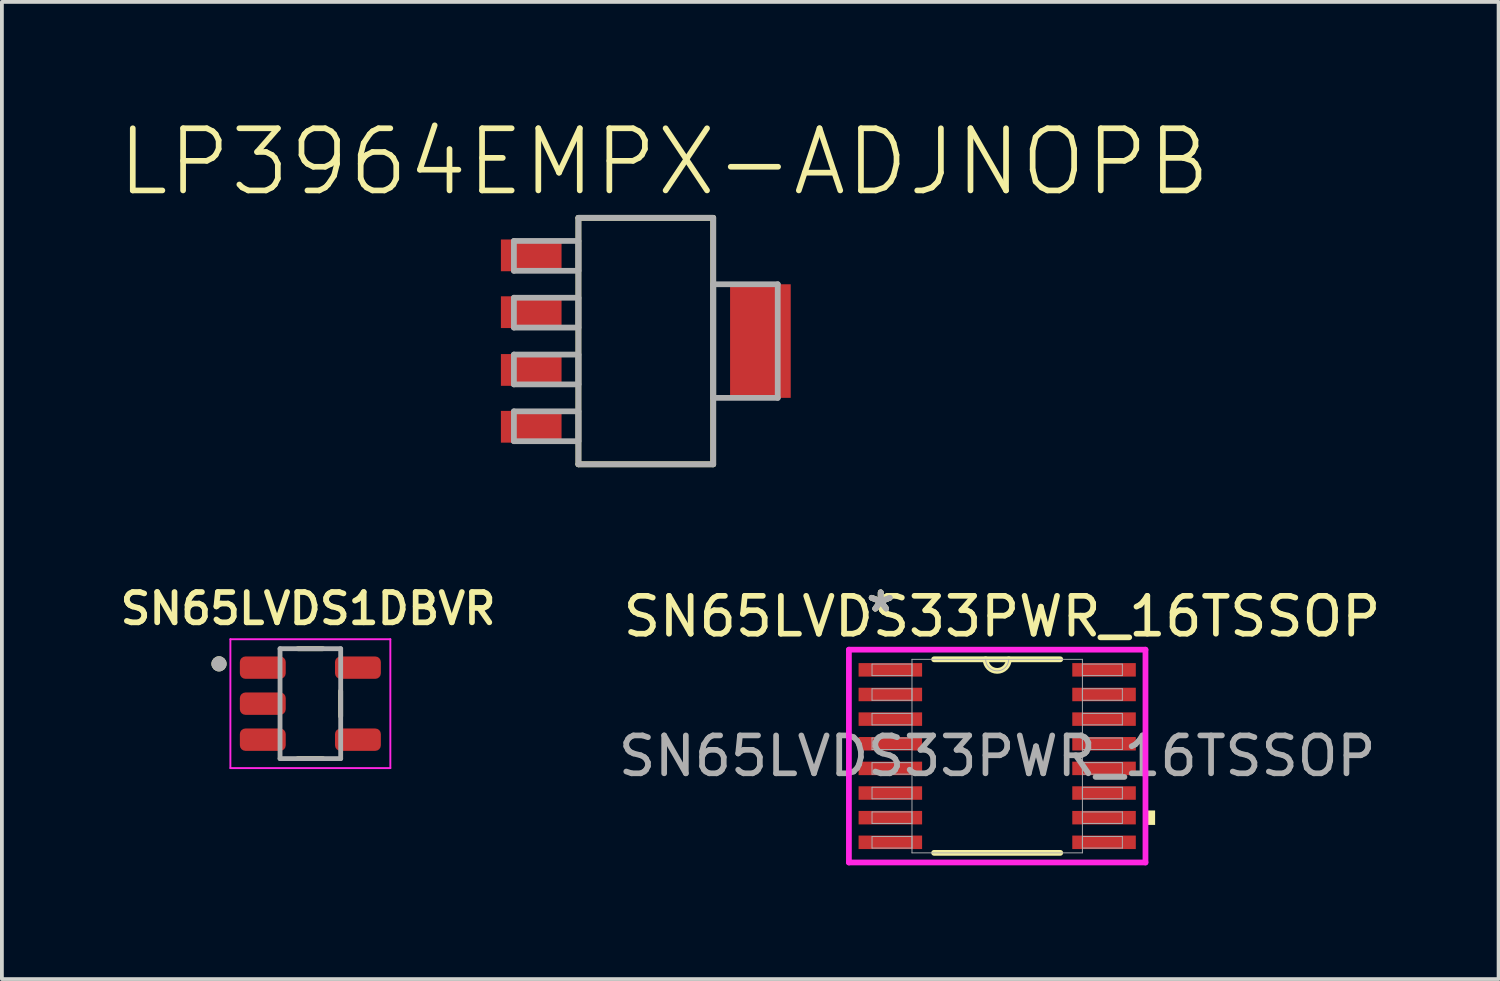
<source format=kicad_pcb>
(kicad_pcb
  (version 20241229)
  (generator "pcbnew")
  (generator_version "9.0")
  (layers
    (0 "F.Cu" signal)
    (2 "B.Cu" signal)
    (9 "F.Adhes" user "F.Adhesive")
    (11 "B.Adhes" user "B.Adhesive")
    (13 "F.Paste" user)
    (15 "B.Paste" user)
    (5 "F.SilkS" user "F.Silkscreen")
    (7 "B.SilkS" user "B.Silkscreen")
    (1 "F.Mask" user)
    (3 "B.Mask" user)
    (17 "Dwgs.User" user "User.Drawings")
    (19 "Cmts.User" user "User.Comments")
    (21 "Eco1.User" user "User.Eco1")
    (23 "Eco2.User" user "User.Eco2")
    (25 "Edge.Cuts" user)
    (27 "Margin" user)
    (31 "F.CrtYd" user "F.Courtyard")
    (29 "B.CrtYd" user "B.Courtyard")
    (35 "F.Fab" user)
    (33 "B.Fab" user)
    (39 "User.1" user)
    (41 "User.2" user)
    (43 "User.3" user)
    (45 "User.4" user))
  (footprint "SN65LVDS1DBVR"
    (layer "F.Cu")
    (at 5.138 15.514)
    (property "Reference" "SN65LVDS1DBVR" (at -0.06 -2.508 0) (layer "F.SilkS") (effects (font (size 0.8 0.8) (thickness 0.15))))
    (attr smd)
    (fp_line (start -0.33 -1.45) (end 0.33 -1.45) (stroke (width 0.127) (type solid)) (layer "F.SilkS"))
    (fp_line (start 0.33 1.45) (end -0.33 1.45) (stroke (width 0.127) (type solid)) (layer "F.SilkS"))
    (fp_line (start 0.8 -0.335) (end 0.8 0.335) (stroke (width 0.127) (type solid)) (layer "F.SilkS"))
    (fp_circle (center -2.41 -1.05) (end -2.31 -1.05) (stroke (width 0.2) (type solid)) (fill no) (layer "F.SilkS"))
    (fp_line (start -2.11 -1.7) (end 2.11 -1.7) (stroke (width 0.05) (type solid)) (layer "F.CrtYd"))
    (fp_line (start -2.11 1.7) (end -2.11 -1.7) (stroke (width 0.05) (type solid)) (layer "F.CrtYd"))
    (fp_line (start 2.11 -1.7) (end 2.11 1.7) (stroke (width 0.05) (type solid)) (layer "F.CrtYd"))
    (fp_line (start 2.11 1.7) (end -2.11 1.7) (stroke (width 0.05) (type solid)) (layer "F.CrtYd"))
    (fp_line (start -0.8 -1.45) (end 0.8 -1.45) (stroke (width 0.127) (type solid)) (layer "F.Fab"))
    (fp_line (start -0.8 1.45) (end -0.8 -1.45) (stroke (width 0.127) (type solid)) (layer "F.Fab"))
    (fp_line (start 0.8 -1.45) (end 0.8 1.45) (stroke (width 0.127) (type solid)) (layer "F.Fab"))
    (fp_line (start 0.8 1.45) (end -0.8 1.45) (stroke (width 0.127) (type solid)) (layer "F.Fab"))
    (fp_circle (center -2.41 -1.05) (end -2.31 -1.05) (stroke (width 0.2) (type solid)) (fill no) (layer "F.Fab"))
    (pad "1" smd roundrect (at -1.255 -0.95) (size 1.21 0.59) (layers "F.Cu" "F.Mask" "F.Paste") (roundrect_rratio 0.25))
    (pad "2" smd roundrect (at -1.255 0) (size 1.21 0.59) (layers "F.Cu" "F.Mask" "F.Paste") (roundrect_rratio 0.25))
    (pad "3" smd roundrect (at -1.255 0.95) (size 1.21 0.59) (layers "F.Cu" "F.Mask" "F.Paste") (roundrect_rratio 0.25))
    (pad "4" smd roundrect (at 1.255 0.95) (size 1.21 0.59) (layers "F.Cu" "F.Mask" "F.Paste") (roundrect_rratio 0.25))
    (pad "5" smd roundrect (at 1.255 -0.95) (size 1.21 0.59) (layers "F.Cu" "F.Mask" "F.Paste") (roundrect_rratio 0.25)))
  (footprint "SN65LVDS33PWR_16TSSOP"
    (layer "F.Cu")
    (at 23.258 16.897)
    (property "Reference" "SN65LVDS33PWR_16TSSOP" (at 0.127 -3.683 0) (unlocked yes) (layer "F.SilkS") (effects (font (size 1 1) (thickness 0.15))))
    (attr smd)
    (fp_line (start -1.664 2.553) (end 1.664 2.553) (stroke (width 0.152) (type solid)) (layer "F.SilkS"))
    (fp_line (start 1.664 -2.553) (end -1.664 -2.553) (stroke (width 0.152) (type solid)) (layer "F.SilkS"))
    (fp_arc (start 0.3048 -2.5527) (mid 0 -2.2479) (end -0.3048 -2.5527) (stroke (width 0.1524) (type solid)) (layer "F.SilkS"))
    (fp_poly (pts (xy 4.166 1.435) (xy 4.166 1.816) (xy 3.912 1.816) (xy 3.912 1.435)) (stroke (width 0) (type solid)) (fill yes) (layer "F.SilkS"))
    (fp_line (start -3.912 -2.807) (end 3.912 -2.807) (stroke (width 0.152) (type solid)) (layer "F.CrtYd"))
    (fp_line (start -3.912 2.807) (end -3.912 -2.807) (stroke (width 0.152) (type solid)) (layer "F.CrtYd"))
    (fp_line (start 3.912 -2.807) (end 3.912 2.807) (stroke (width 0.152) (type solid)) (layer "F.CrtYd"))
    (fp_line (start 3.912 2.807) (end -3.912 2.807) (stroke (width 0.152) (type solid)) (layer "F.CrtYd"))
    (fp_line (start -3.302 -2.427) (end -3.302 -2.123) (stroke (width 0.025) (type solid)) (layer "F.Fab"))
    (fp_line (start -3.302 -2.123) (end -2.248 -2.123) (stroke (width 0.025) (type solid)) (layer "F.Fab"))
    (fp_line (start -3.302 -1.777) (end -3.302 -1.473) (stroke (width 0.025) (type solid)) (layer "F.Fab"))
    (fp_line (start -3.302 -1.473) (end -2.248 -1.473) (stroke (width 0.025) (type solid)) (layer "F.Fab"))
    (fp_line (start -3.302 -1.127) (end -3.302 -0.823) (stroke (width 0.025) (type solid)) (layer "F.Fab"))
    (fp_line (start -3.302 -0.823) (end -2.248 -0.823) (stroke (width 0.025) (type solid)) (layer "F.Fab"))
    (fp_line (start -3.302 -0.477) (end -3.302 -0.173) (stroke (width 0.025) (type solid)) (layer "F.Fab"))
    (fp_line (start -3.302 -0.173) (end -2.248 -0.173) (stroke (width 0.025) (type solid)) (layer "F.Fab"))
    (fp_line (start -3.302 0.173) (end -3.302 0.477) (stroke (width 0.025) (type solid)) (layer "F.Fab"))
    (fp_line (start -3.302 0.477) (end -2.248 0.477) (stroke (width 0.025) (type solid)) (layer "F.Fab"))
    (fp_line (start -3.302 0.823) (end -3.302 1.127) (stroke (width 0.025) (type solid)) (layer "F.Fab"))
    (fp_line (start -3.302 1.127) (end -2.248 1.127) (stroke (width 0.025) (type solid)) (layer "F.Fab"))
    (fp_line (start -3.302 1.473) (end -3.302 1.777) (stroke (width 0.025) (type solid)) (layer "F.Fab"))
    (fp_line (start -3.302 1.777) (end -2.248 1.777) (stroke (width 0.025) (type solid)) (layer "F.Fab"))
    (fp_line (start -3.302 2.123) (end -3.302 2.427) (stroke (width 0.025) (type solid)) (layer "F.Fab"))
    (fp_line (start -3.302 2.427) (end -2.248 2.427) (stroke (width 0.025) (type solid)) (layer "F.Fab"))
    (fp_line (start -2.248 -2.553) (end -2.248 2.553) (stroke (width 0.025) (type solid)) (layer "F.Fab"))
    (fp_line (start -2.248 -2.427) (end -3.302 -2.427) (stroke (width 0.025) (type solid)) (layer "F.Fab"))
    (fp_line (start -2.248 -2.123) (end -2.248 -2.427) (stroke (width 0.025) (type solid)) (layer "F.Fab"))
    (fp_line (start -2.248 -1.777) (end -3.302 -1.777) (stroke (width 0.025) (type solid)) (layer "F.Fab"))
    (fp_line (start -2.248 -1.473) (end -2.248 -1.777) (stroke (width 0.025) (type solid)) (layer "F.Fab"))
    (fp_line (start -2.248 -1.127) (end -3.302 -1.127) (stroke (width 0.025) (type solid)) (layer "F.Fab"))
    (fp_line (start -2.248 -0.823) (end -2.248 -1.127) (stroke (width 0.025) (type solid)) (layer "F.Fab"))
    (fp_line (start -2.248 -0.477) (end -3.302 -0.477) (stroke (width 0.025) (type solid)) (layer "F.Fab"))
    (fp_line (start -2.248 -0.173) (end -2.248 -0.477) (stroke (width 0.025) (type solid)) (layer "F.Fab"))
    (fp_line (start -2.248 0.173) (end -3.302 0.173) (stroke (width 0.025) (type solid)) (layer "F.Fab"))
    (fp_line (start -2.248 0.477) (end -2.248 0.173) (stroke (width 0.025) (type solid)) (layer "F.Fab"))
    (fp_line (start -2.248 0.823) (end -3.302 0.823) (stroke (width 0.025) (type solid)) (layer "F.Fab"))
    (fp_line (start -2.248 1.127) (end -2.248 0.823) (stroke (width 0.025) (type solid)) (layer "F.Fab"))
    (fp_line (start -2.248 1.473) (end -3.302 1.473) (stroke (width 0.025) (type solid)) (layer "F.Fab"))
    (fp_line (start -2.248 1.777) (end -2.248 1.473) (stroke (width 0.025) (type solid)) (layer "F.Fab"))
    (fp_line (start -2.248 2.123) (end -3.302 2.123) (stroke (width 0.025) (type solid)) (layer "F.Fab"))
    (fp_line (start -2.248 2.427) (end -2.248 2.123) (stroke (width 0.025) (type solid)) (layer "F.Fab"))
    (fp_line (start -2.248 2.553) (end 2.248 2.553) (stroke (width 0.025) (type solid)) (layer "F.Fab"))
    (fp_line (start 2.248 -2.553) (end -2.248 -2.553) (stroke (width 0.025) (type solid)) (layer "F.Fab"))
    (fp_line (start 2.248 -2.427) (end 2.248 -2.123) (stroke (width 0.025) (type solid)) (layer "F.Fab"))
    (fp_line (start 2.248 -2.123) (end 3.302 -2.123) (stroke (width 0.025) (type solid)) (layer "F.Fab"))
    (fp_line (start 2.248 -1.777) (end 2.248 -1.473) (stroke (width 0.025) (type solid)) (layer "F.Fab"))
    (fp_line (start 2.248 -1.473) (end 3.302 -1.473) (stroke (width 0.025) (type solid)) (layer "F.Fab"))
    (fp_line (start 2.248 -1.127) (end 2.248 -0.823) (stroke (width 0.025) (type solid)) (layer "F.Fab"))
    (fp_line (start 2.248 -0.823) (end 3.302 -0.823) (stroke (width 0.025) (type solid)) (layer "F.Fab"))
    (fp_line (start 2.248 -0.477) (end 2.248 -0.173) (stroke (width 0.025) (type solid)) (layer "F.Fab"))
    (fp_line (start 2.248 -0.173) (end 3.302 -0.173) (stroke (width 0.025) (type solid)) (layer "F.Fab"))
    (fp_line (start 2.248 0.173) (end 2.248 0.477) (stroke (width 0.025) (type solid)) (layer "F.Fab"))
    (fp_line (start 2.248 0.477) (end 3.302 0.477) (stroke (width 0.025) (type solid)) (layer "F.Fab"))
    (fp_line (start 2.248 0.823) (end 2.248 1.127) (stroke (width 0.025) (type solid)) (layer "F.Fab"))
    (fp_line (start 2.248 1.127) (end 3.302 1.127) (stroke (width 0.025) (type solid)) (layer "F.Fab"))
    (fp_line (start 2.248 1.473) (end 2.248 1.777) (stroke (width 0.025) (type solid)) (layer "F.Fab"))
    (fp_line (start 2.248 1.777) (end 3.302 1.777) (stroke (width 0.025) (type solid)) (layer "F.Fab"))
    (fp_line (start 2.248 2.123) (end 2.248 2.427) (stroke (width 0.025) (type solid)) (layer "F.Fab"))
    (fp_line (start 2.248 2.427) (end 3.302 2.427) (stroke (width 0.025) (type solid)) (layer "F.Fab"))
    (fp_line (start 2.248 2.553) (end 2.248 -2.553) (stroke (width 0.025) (type solid)) (layer "F.Fab"))
    (fp_line (start 3.302 -2.427) (end 2.248 -2.427) (stroke (width 0.025) (type solid)) (layer "F.Fab"))
    (fp_line (start 3.302 -2.123) (end 3.302 -2.427) (stroke (width 0.025) (type solid)) (layer "F.Fab"))
    (fp_line (start 3.302 -1.777) (end 2.248 -1.777) (stroke (width 0.025) (type solid)) (layer "F.Fab"))
    (fp_line (start 3.302 -1.473) (end 3.302 -1.777) (stroke (width 0.025) (type solid)) (layer "F.Fab"))
    (fp_line (start 3.302 -1.127) (end 2.248 -1.127) (stroke (width 0.025) (type solid)) (layer "F.Fab"))
    (fp_line (start 3.302 -0.823) (end 3.302 -1.127) (stroke (width 0.025) (type solid)) (layer "F.Fab"))
    (fp_line (start 3.302 -0.477) (end 2.248 -0.477) (stroke (width 0.025) (type solid)) (layer "F.Fab"))
    (fp_line (start 3.302 -0.173) (end 3.302 -0.477) (stroke (width 0.025) (type solid)) (layer "F.Fab"))
    (fp_line (start 3.302 0.173) (end 2.248 0.173) (stroke (width 0.025) (type solid)) (layer "F.Fab"))
    (fp_line (start 3.302 0.477) (end 3.302 0.173) (stroke (width 0.025) (type solid)) (layer "F.Fab"))
    (fp_line (start 3.302 0.823) (end 2.248 0.823) (stroke (width 0.025) (type solid)) (layer "F.Fab"))
    (fp_line (start 3.302 1.127) (end 3.302 0.823) (stroke (width 0.025) (type solid)) (layer "F.Fab"))
    (fp_line (start 3.302 1.473) (end 2.248 1.473) (stroke (width 0.025) (type solid)) (layer "F.Fab"))
    (fp_line (start 3.302 1.777) (end 3.302 1.473) (stroke (width 0.025) (type solid)) (layer "F.Fab"))
    (fp_line (start 3.302 2.123) (end 2.248 2.123) (stroke (width 0.025) (type solid)) (layer "F.Fab"))
    (fp_line (start 3.302 2.427) (end 3.302 2.123) (stroke (width 0.025) (type solid)) (layer "F.Fab"))
    (fp_arc (start 0.3048 -2.5527) (mid 0 -2.2479) (end -0.3048 -2.5527) (stroke (width 0.0254) (type solid)) (layer "F.Fab"))
    (fp_text user "*" (at -3.073 -3.774 0) (layer "F.SilkS") (effects (font (size 1 1) (thickness 0.15))))
    (fp_text user "*" (at -3.073 -3.774 0) (unlocked yes) (layer "F.SilkS") (effects (font (size 1 1) (thickness 0.15))))
    (fp_text user "${REFERENCE}" (at 0 0 0) (unlocked yes) (layer "F.Fab") (effects (font (size 1 1) (thickness 0.15))))
    (fp_text user "*" (at -3.073 -3.774 0) (layer "F.Fab") (effects (font (size 1 1) (thickness 0.15))))
    (fp_text user "*" (at -3.073 -3.774 0) (unlocked yes) (layer "F.Fab") (effects (font (size 1 1) (thickness 0.15))))
    (pad "1" smd rect (at -2.819 -2.275) (size 1.676 0.356) (layers "F.Cu" "F.Mask" "F.Paste"))
    (pad "2" smd rect (at -2.819 -1.625) (size 1.676 0.356) (layers "F.Cu" "F.Mask" "F.Paste"))
    (pad "3" smd rect (at -2.819 -0.975) (size 1.676 0.356) (layers "F.Cu" "F.Mask" "F.Paste"))
    (pad "4" smd rect (at -2.819 -0.325) (size 1.676 0.356) (layers "F.Cu" "F.Mask" "F.Paste"))
    (pad "5" smd rect (at -2.819 0.325) (size 1.676 0.356) (layers "F.Cu" "F.Mask" "F.Paste"))
    (pad "6" smd rect (at -2.819 0.975) (size 1.676 0.356) (layers "F.Cu" "F.Mask" "F.Paste"))
    (pad "7" smd rect (at -2.819 1.625) (size 1.676 0.356) (layers "F.Cu" "F.Mask" "F.Paste"))
    (pad "8" smd rect (at -2.819 2.275) (size 1.676 0.356) (layers "F.Cu" "F.Mask" "F.Paste"))
    (pad "9" smd rect (at 2.819 2.275) (size 1.676 0.356) (layers "F.Cu" "F.Mask" "F.Paste"))
    (pad "10" smd rect (at 2.819 1.625) (size 1.676 0.356) (layers "F.Cu" "F.Mask" "F.Paste"))
    (pad "11" smd rect (at 2.819 0.975) (size 1.676 0.356) (layers "F.Cu" "F.Mask" "F.Paste"))
    (pad "12" smd rect (at 2.819 0.325) (size 1.676 0.356) (layers "F.Cu" "F.Mask" "F.Paste"))
    (pad "13" smd rect (at 2.819 -0.325) (size 1.676 0.356) (layers "F.Cu" "F.Mask" "F.Paste"))
    (pad "14" smd rect (at 2.819 -0.975) (size 1.676 0.356) (layers "F.Cu" "F.Mask" "F.Paste"))
    (pad "15" smd rect (at 2.819 -1.625) (size 1.676 0.356) (layers "F.Cu" "F.Mask" "F.Paste"))
    (pad "16" smd rect (at 2.819 -2.275) (size 1.676 0.356) (layers "F.Cu" "F.Mask" "F.Paste")))
  (footprint "LP3964EMPX-ADJNOPB"
    (layer "F.Cu")
    (at 13.988 5.948)
    (property "Reference" "LP3964EMPX-ADJNOPB" (at 0.483 -4.725 0) (layer "F.SilkS") (effects (font (size 1.64 1.64) (thickness 0.15))))
    (attr smd)
    (fp_line (start -1.778 -3.251) (end -1.778 3.251) (stroke (width 0.152) (type solid)) (layer "F.SilkS"))
    (fp_line (start -1.778 3.251) (end 1.778 3.251) (stroke (width 0.152) (type solid)) (layer "F.SilkS"))
    (fp_line (start 1.778 -3.251) (end -1.778 -3.251) (stroke (width 0.152) (type solid)) (layer "F.SilkS"))
    (fp_line (start 1.778 3.251) (end 1.778 -3.251) (stroke (width 0.152) (type solid)) (layer "F.SilkS"))
    (fp_line (start -3.48 -2.642) (end -3.48 -1.854) (stroke (width 0.152) (type solid)) (layer "F.Fab"))
    (fp_line (start -3.48 -1.854) (end -1.778 -1.854) (stroke (width 0.152) (type solid)) (layer "F.Fab"))
    (fp_line (start -3.48 -1.143) (end -3.48 -0.356) (stroke (width 0.152) (type solid)) (layer "F.Fab"))
    (fp_line (start -3.48 -0.356) (end -1.778 -0.356) (stroke (width 0.152) (type solid)) (layer "F.Fab"))
    (fp_line (start -3.48 0.356) (end -3.48 1.143) (stroke (width 0.152) (type solid)) (layer "F.Fab"))
    (fp_line (start -3.48 1.143) (end -1.778 1.143) (stroke (width 0.152) (type solid)) (layer "F.Fab"))
    (fp_line (start -3.48 1.854) (end -3.48 2.642) (stroke (width 0.152) (type solid)) (layer "F.Fab"))
    (fp_line (start -3.48 2.642) (end -1.778 2.642) (stroke (width 0.152) (type solid)) (layer "F.Fab"))
    (fp_line (start -1.778 -3.251) (end -1.778 3.251) (stroke (width 0.152) (type solid)) (layer "F.Fab"))
    (fp_line (start -1.778 -2.642) (end -3.48 -2.642) (stroke (width 0.152) (type solid)) (layer "F.Fab"))
    (fp_line (start -1.778 -1.854) (end -1.778 -2.642) (stroke (width 0.152) (type solid)) (layer "F.Fab"))
    (fp_line (start -1.778 -1.143) (end -3.48 -1.143) (stroke (width 0.152) (type solid)) (layer "F.Fab"))
    (fp_line (start -1.778 -0.356) (end -1.778 -1.143) (stroke (width 0.152) (type solid)) (layer "F.Fab"))
    (fp_line (start -1.778 0.356) (end -3.48 0.356) (stroke (width 0.152) (type solid)) (layer "F.Fab"))
    (fp_line (start -1.778 1.143) (end -1.778 0.356) (stroke (width 0.152) (type solid)) (layer "F.Fab"))
    (fp_line (start -1.778 1.854) (end -3.48 1.854) (stroke (width 0.152) (type solid)) (layer "F.Fab"))
    (fp_line (start -1.778 2.642) (end -1.778 1.854) (stroke (width 0.152) (type solid)) (layer "F.Fab"))
    (fp_line (start -1.778 3.251) (end 1.778 3.251) (stroke (width 0.152) (type solid)) (layer "F.Fab"))
    (fp_line (start 1.778 -3.251) (end -1.778 -3.251) (stroke (width 0.152) (type solid)) (layer "F.Fab"))
    (fp_line (start 1.778 -1.499) (end 1.778 1.499) (stroke (width 0.152) (type solid)) (layer "F.Fab"))
    (fp_line (start 1.778 1.499) (end 3.48 1.499) (stroke (width 0.152) (type solid)) (layer "F.Fab"))
    (fp_line (start 1.778 3.251) (end 1.778 -3.251) (stroke (width 0.152) (type solid)) (layer "F.Fab"))
    (fp_line (start 3.48 -1.499) (end 1.778 -1.499) (stroke (width 0.152) (type solid)) (layer "F.Fab"))
    (fp_line (start 3.48 1.499) (end 3.48 -1.499) (stroke (width 0.152) (type solid)) (layer "F.Fab"))
    (pad "1" smd rect (at -3.023 -2.261) (size 1.6 0.838) (layers "F.Cu" "F.Mask" "F.Paste"))
    (pad "2" smd rect (at -3.023 -0.762) (size 1.6 0.838) (layers "F.Cu" "F.Mask" "F.Paste"))
    (pad "3" smd rect (at -3.023 0.762) (size 1.6 0.838) (layers "F.Cu" "F.Mask" "F.Paste"))
    (pad "4" smd rect (at -3.023 2.261) (size 1.6 0.838) (layers "F.Cu" "F.Mask" "F.Paste"))
    (pad "5" smd rect (at 3.023 0) (size 1.6 2.997) (layers "F.Cu" "F.Mask" "F.Paste")))
  (gr_rect
    (start -3 -3)
    (end 36.486 22.78)
    (stroke (width 0.1) (type default))
    (fill no)
    (layer "Edge.Cuts")))
</source>
